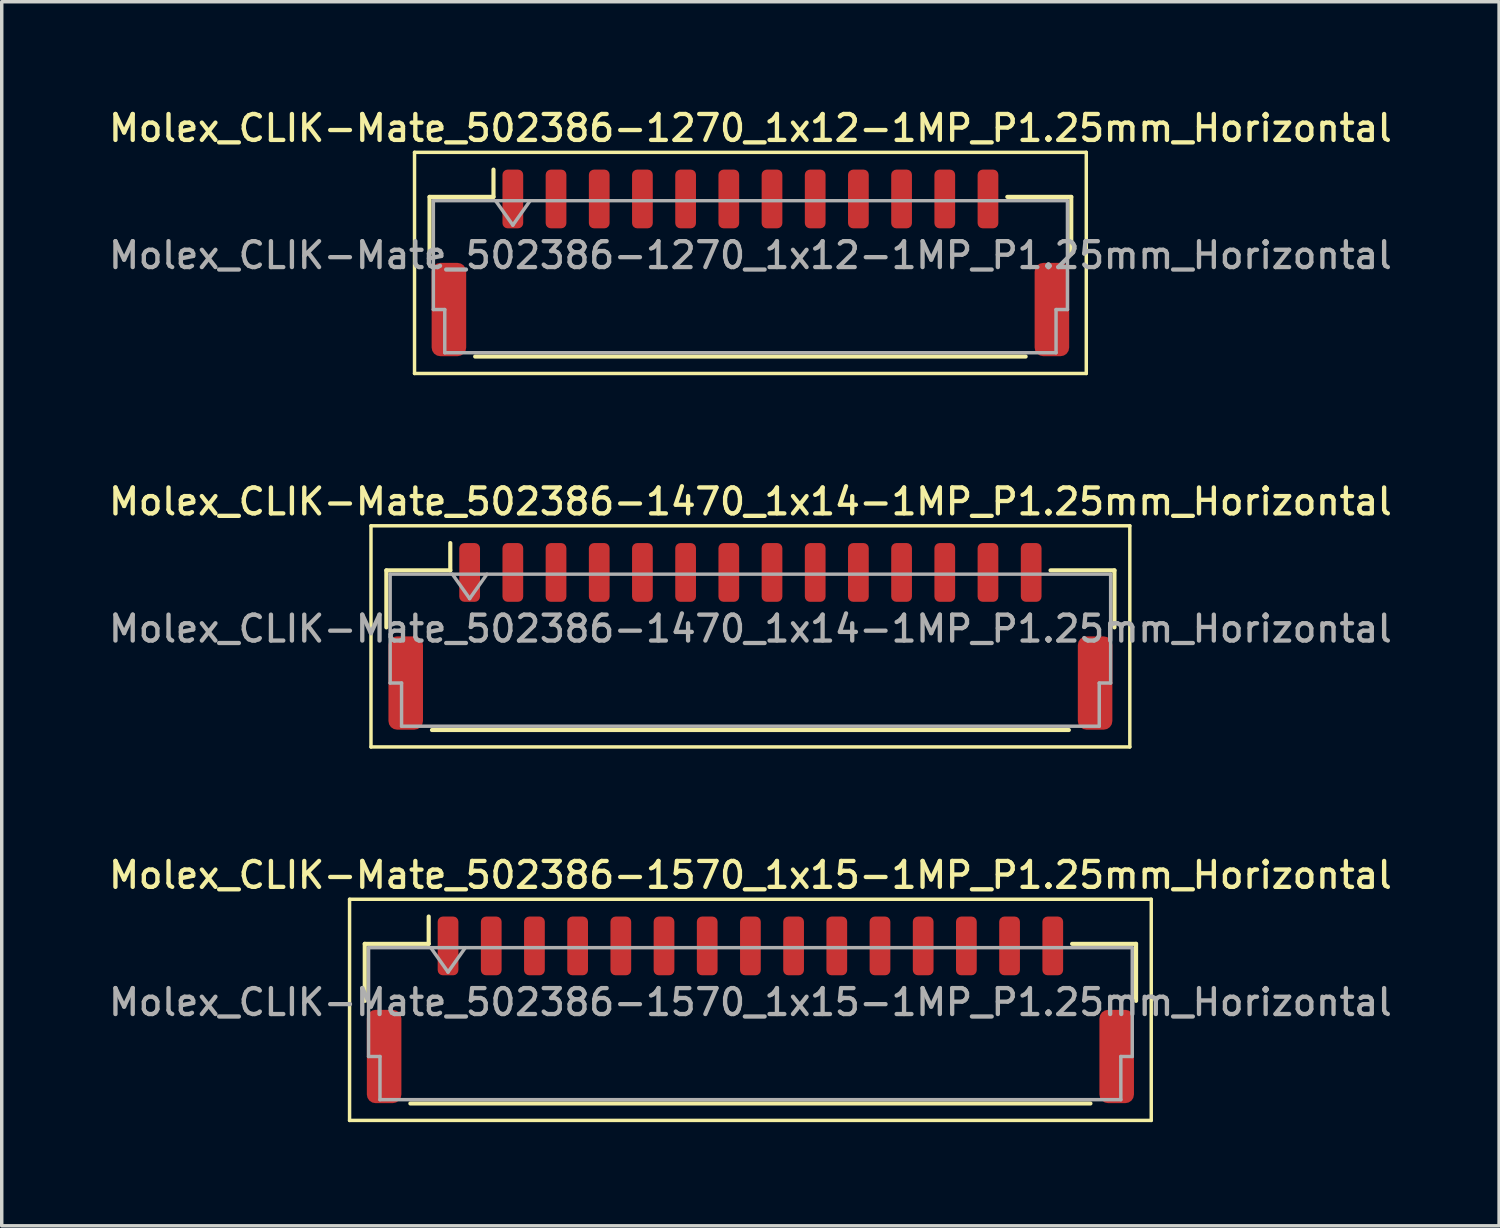
<source format=kicad_pcb>
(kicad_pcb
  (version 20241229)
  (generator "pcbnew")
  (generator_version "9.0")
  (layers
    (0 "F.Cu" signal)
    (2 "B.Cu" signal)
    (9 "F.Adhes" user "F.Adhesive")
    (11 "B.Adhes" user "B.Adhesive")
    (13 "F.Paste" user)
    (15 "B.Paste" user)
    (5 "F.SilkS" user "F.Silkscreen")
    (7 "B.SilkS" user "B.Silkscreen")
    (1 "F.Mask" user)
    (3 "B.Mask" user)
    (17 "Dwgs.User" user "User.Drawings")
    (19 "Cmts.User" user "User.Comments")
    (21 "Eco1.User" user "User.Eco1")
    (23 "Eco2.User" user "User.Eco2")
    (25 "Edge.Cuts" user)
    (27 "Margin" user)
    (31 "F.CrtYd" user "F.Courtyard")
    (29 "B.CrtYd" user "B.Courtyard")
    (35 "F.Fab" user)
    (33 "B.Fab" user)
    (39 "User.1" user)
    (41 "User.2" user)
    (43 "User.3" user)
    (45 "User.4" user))
  (footprint "Molex_CLIK-Mate_502386-1570_1x15-1MP_P1.25mm_Horizontal"
    (layer "F.Cu")
    (at 18.666 26.174)
    (property "Reference" "Molex_CLIK-Mate_502386-1570_1x15-1MP_P1.25mm_Horizontal" (at 0 -3.9 0) (layer "F.SilkS") (effects (font (size 0.75 0.75) (thickness 0.125))))
    (attr smd)
    (fp_line (start -11.6 -3.2) (end -11.6 3.2) (stroke (width 0.1) (type solid)) (layer "F.SilkS"))
    (fp_line (start -11.6 3.2) (end 11.6 3.2) (stroke (width 0.1) (type solid)) (layer "F.SilkS"))
    (fp_line (start -11.16 -1.91) (end -9.31 -1.91) (stroke (width 0.12) (type solid)) (layer "F.SilkS"))
    (fp_line (start -11.16 -0.26) (end -11.16 -1.91) (stroke (width 0.12) (type solid)) (layer "F.SilkS"))
    (fp_line (start -9.84 2.71) (end 9.84 2.71) (stroke (width 0.12) (type solid)) (layer "F.SilkS"))
    (fp_line (start -9.31 -1.91) (end -9.31 -2.7) (stroke (width 0.12) (type solid)) (layer "F.SilkS"))
    (fp_line (start 11.16 -1.91) (end 9.31 -1.91) (stroke (width 0.12) (type solid)) (layer "F.SilkS"))
    (fp_line (start 11.16 -0.26) (end 11.16 -1.91) (stroke (width 0.12) (type solid)) (layer "F.SilkS"))
    (fp_line (start 11.6 -3.2) (end -11.6 -3.2) (stroke (width 0.1) (type solid)) (layer "F.SilkS"))
    (fp_line (start 11.6 3.2) (end 11.6 -3.2) (stroke (width 0.1) (type solid)) (layer "F.SilkS"))
    (fp_line (start -11.05 -1.8) (end -11.05 1.35) (stroke (width 0.1) (type solid)) (layer "F.Fab"))
    (fp_line (start -11.05 -1.8) (end 11.05 -1.8) (stroke (width 0.1) (type solid)) (layer "F.Fab"))
    (fp_line (start -11.05 1.35) (end -10.72 1.35) (stroke (width 0.1) (type solid)) (layer "F.Fab"))
    (fp_line (start -10.72 1.35) (end -10.72 2.6) (stroke (width 0.1) (type solid)) (layer "F.Fab"))
    (fp_line (start -10.72 2.6) (end 10.72 2.6) (stroke (width 0.1) (type solid)) (layer "F.Fab"))
    (fp_line (start -9.25 -1.8) (end -8.75 -1.093) (stroke (width 0.1) (type solid)) (layer "F.Fab"))
    (fp_line (start -8.75 -1.093) (end -8.25 -1.8) (stroke (width 0.1) (type solid)) (layer "F.Fab"))
    (fp_line (start 10.72 1.35) (end 11.05 1.35) (stroke (width 0.1) (type solid)) (layer "F.Fab"))
    (fp_line (start 10.72 2.6) (end 10.72 1.35) (stroke (width 0.1) (type solid)) (layer "F.Fab"))
    (fp_line (start 11.05 -1.8) (end 11.05 1.35) (stroke (width 0.1) (type solid)) (layer "F.Fab"))
    (fp_text user "${REFERENCE}" (at 0 -0.22 0) (layer "F.Fab") (effects (font (size 0.75 0.75) (thickness 0.125))))
    (pad "1" smd roundrect (at -8.75 -1.85) (size 0.6 1.7) (layers "F.Cu" "F.Mask" "F.Paste") (roundrect_rratio 0.25))
    (pad "2" smd roundrect (at -7.5 -1.85) (size 0.6 1.7) (layers "F.Cu" "F.Mask" "F.Paste") (roundrect_rratio 0.25))
    (pad "3" smd roundrect (at -6.25 -1.85) (size 0.6 1.7) (layers "F.Cu" "F.Mask" "F.Paste") (roundrect_rratio 0.25))
    (pad "4" smd roundrect (at -5 -1.85) (size 0.6 1.7) (layers "F.Cu" "F.Mask" "F.Paste") (roundrect_rratio 0.25))
    (pad "5" smd roundrect (at -3.75 -1.85) (size 0.6 1.7) (layers "F.Cu" "F.Mask" "F.Paste") (roundrect_rratio 0.25))
    (pad "6" smd roundrect (at -2.5 -1.85) (size 0.6 1.7) (layers "F.Cu" "F.Mask" "F.Paste") (roundrect_rratio 0.25))
    (pad "7" smd roundrect (at -1.25 -1.85) (size 0.6 1.7) (layers "F.Cu" "F.Mask" "F.Paste") (roundrect_rratio 0.25))
    (pad "8" smd roundrect (at 0 -1.85) (size 0.6 1.7) (layers "F.Cu" "F.Mask" "F.Paste") (roundrect_rratio 0.25))
    (pad "9" smd roundrect (at 1.25 -1.85) (size 0.6 1.7) (layers "F.Cu" "F.Mask" "F.Paste") (roundrect_rratio 0.25))
    (pad "10" smd roundrect (at 2.5 -1.85) (size 0.6 1.7) (layers "F.Cu" "F.Mask" "F.Paste") (roundrect_rratio 0.25))
    (pad "11" smd roundrect (at 3.75 -1.85) (size 0.6 1.7) (layers "F.Cu" "F.Mask" "F.Paste") (roundrect_rratio 0.25))
    (pad "12" smd roundrect (at 5 -1.85) (size 0.6 1.7) (layers "F.Cu" "F.Mask" "F.Paste") (roundrect_rratio 0.25))
    (pad "13" smd roundrect (at 6.25 -1.85) (size 0.6 1.7) (layers "F.Cu" "F.Mask" "F.Paste") (roundrect_rratio 0.25))
    (pad "14" smd roundrect (at 7.5 -1.85) (size 0.6 1.7) (layers "F.Cu" "F.Mask" "F.Paste") (roundrect_rratio 0.25))
    (pad "15" smd roundrect (at 8.75 -1.85) (size 0.6 1.7) (layers "F.Cu" "F.Mask" "F.Paste") (roundrect_rratio 0.25))
    (pad "MP" smd roundrect (at -10.6 1.35) (size 1 2.7) (layers "F.Cu" "F.Mask" "F.Paste") (roundrect_rratio 0.25))
    (pad "MP" smd roundrect (at 10.6 1.35) (size 1 2.7) (layers "F.Cu" "F.Mask" "F.Paste") (roundrect_rratio 0.25)))
  (footprint "Molex_CLIK-Mate_502386-1470_1x14-1MP_P1.25mm_Horizontal"
    (layer "F.Cu")
    (at 18.666 15.366)
    (property "Reference" "Molex_CLIK-Mate_502386-1470_1x14-1MP_P1.25mm_Horizontal" (at 0 -3.9 0) (layer "F.SilkS") (effects (font (size 0.75 0.75) (thickness 0.125))))
    (attr smd)
    (fp_line (start -10.98 -3.2) (end -10.98 3.2) (stroke (width 0.1) (type solid)) (layer "F.SilkS"))
    (fp_line (start -10.98 3.2) (end 10.98 3.2) (stroke (width 0.1) (type solid)) (layer "F.SilkS"))
    (fp_line (start -10.535 -1.91) (end -8.685 -1.91) (stroke (width 0.12) (type solid)) (layer "F.SilkS"))
    (fp_line (start -10.535 -0.26) (end -10.535 -1.91) (stroke (width 0.12) (type solid)) (layer "F.SilkS"))
    (fp_line (start -9.215 2.71) (end 9.215 2.71) (stroke (width 0.12) (type solid)) (layer "F.SilkS"))
    (fp_line (start -8.685 -1.91) (end -8.685 -2.7) (stroke (width 0.12) (type solid)) (layer "F.SilkS"))
    (fp_line (start 10.535 -1.91) (end 8.685 -1.91) (stroke (width 0.12) (type solid)) (layer "F.SilkS"))
    (fp_line (start 10.535 -0.26) (end 10.535 -1.91) (stroke (width 0.12) (type solid)) (layer "F.SilkS"))
    (fp_line (start 10.98 -3.2) (end -10.98 -3.2) (stroke (width 0.1) (type solid)) (layer "F.SilkS"))
    (fp_line (start 10.98 3.2) (end 10.98 -3.2) (stroke (width 0.1) (type solid)) (layer "F.SilkS"))
    (fp_line (start -10.425 -1.8) (end -10.425 1.35) (stroke (width 0.1) (type solid)) (layer "F.Fab"))
    (fp_line (start -10.425 -1.8) (end 10.425 -1.8) (stroke (width 0.1) (type solid)) (layer "F.Fab"))
    (fp_line (start -10.425 1.35) (end -10.095 1.35) (stroke (width 0.1) (type solid)) (layer "F.Fab"))
    (fp_line (start -10.095 1.35) (end -10.095 2.6) (stroke (width 0.1) (type solid)) (layer "F.Fab"))
    (fp_line (start -10.095 2.6) (end 10.095 2.6) (stroke (width 0.1) (type solid)) (layer "F.Fab"))
    (fp_line (start -8.625 -1.8) (end -8.125 -1.093) (stroke (width 0.1) (type solid)) (layer "F.Fab"))
    (fp_line (start -8.125 -1.093) (end -7.625 -1.8) (stroke (width 0.1) (type solid)) (layer "F.Fab"))
    (fp_line (start 10.095 1.35) (end 10.425 1.35) (stroke (width 0.1) (type solid)) (layer "F.Fab"))
    (fp_line (start 10.095 2.6) (end 10.095 1.35) (stroke (width 0.1) (type solid)) (layer "F.Fab"))
    (fp_line (start 10.425 -1.8) (end 10.425 1.35) (stroke (width 0.1) (type solid)) (layer "F.Fab"))
    (fp_text user "${REFERENCE}" (at 0 -0.22 0) (layer "F.Fab") (effects (font (size 0.75 0.75) (thickness 0.125))))
    (pad "1" smd roundrect (at -8.125 -1.85) (size 0.6 1.7) (layers "F.Cu" "F.Mask" "F.Paste") (roundrect_rratio 0.25))
    (pad "2" smd roundrect (at -6.875 -1.85) (size 0.6 1.7) (layers "F.Cu" "F.Mask" "F.Paste") (roundrect_rratio 0.25))
    (pad "3" smd roundrect (at -5.625 -1.85) (size 0.6 1.7) (layers "F.Cu" "F.Mask" "F.Paste") (roundrect_rratio 0.25))
    (pad "4" smd roundrect (at -4.375 -1.85) (size 0.6 1.7) (layers "F.Cu" "F.Mask" "F.Paste") (roundrect_rratio 0.25))
    (pad "5" smd roundrect (at -3.125 -1.85) (size 0.6 1.7) (layers "F.Cu" "F.Mask" "F.Paste") (roundrect_rratio 0.25))
    (pad "6" smd roundrect (at -1.875 -1.85) (size 0.6 1.7) (layers "F.Cu" "F.Mask" "F.Paste") (roundrect_rratio 0.25))
    (pad "7" smd roundrect (at -0.625 -1.85) (size 0.6 1.7) (layers "F.Cu" "F.Mask" "F.Paste") (roundrect_rratio 0.25))
    (pad "8" smd roundrect (at 0.625 -1.85) (size 0.6 1.7) (layers "F.Cu" "F.Mask" "F.Paste") (roundrect_rratio 0.25))
    (pad "9" smd roundrect (at 1.875 -1.85) (size 0.6 1.7) (layers "F.Cu" "F.Mask" "F.Paste") (roundrect_rratio 0.25))
    (pad "10" smd roundrect (at 3.125 -1.85) (size 0.6 1.7) (layers "F.Cu" "F.Mask" "F.Paste") (roundrect_rratio 0.25))
    (pad "11" smd roundrect (at 4.375 -1.85) (size 0.6 1.7) (layers "F.Cu" "F.Mask" "F.Paste") (roundrect_rratio 0.25))
    (pad "12" smd roundrect (at 5.625 -1.85) (size 0.6 1.7) (layers "F.Cu" "F.Mask" "F.Paste") (roundrect_rratio 0.25))
    (pad "13" smd roundrect (at 6.875 -1.85) (size 0.6 1.7) (layers "F.Cu" "F.Mask" "F.Paste") (roundrect_rratio 0.25))
    (pad "14" smd roundrect (at 8.125 -1.85) (size 0.6 1.7) (layers "F.Cu" "F.Mask" "F.Paste") (roundrect_rratio 0.25))
    (pad "MP" smd roundrect (at -9.975 1.35) (size 1 2.7) (layers "F.Cu" "F.Mask" "F.Paste") (roundrect_rratio 0.25))
    (pad "MP" smd roundrect (at 9.975 1.35) (size 1 2.7) (layers "F.Cu" "F.Mask" "F.Paste") (roundrect_rratio 0.25)))
  (footprint "Molex_CLIK-Mate_502386-1270_1x12-1MP_P1.25mm_Horizontal"
    (layer "F.Cu")
    (at 18.666 4.558)
    (property "Reference" "Molex_CLIK-Mate_502386-1270_1x12-1MP_P1.25mm_Horizontal" (at 0 -3.9 0) (layer "F.SilkS") (effects (font (size 0.75 0.75) (thickness 0.125))))
    (attr smd)
    (fp_line (start -9.72 -3.2) (end -9.72 3.2) (stroke (width 0.1) (type solid)) (layer "F.SilkS"))
    (fp_line (start -9.72 3.2) (end 9.72 3.2) (stroke (width 0.1) (type solid)) (layer "F.SilkS"))
    (fp_line (start -9.285 -1.91) (end -7.435 -1.91) (stroke (width 0.12) (type solid)) (layer "F.SilkS"))
    (fp_line (start -9.285 -0.26) (end -9.285 -1.91) (stroke (width 0.12) (type solid)) (layer "F.SilkS"))
    (fp_line (start -7.965 2.71) (end 7.965 2.71) (stroke (width 0.12) (type solid)) (layer "F.SilkS"))
    (fp_line (start -7.435 -1.91) (end -7.435 -2.7) (stroke (width 0.12) (type solid)) (layer "F.SilkS"))
    (fp_line (start 9.285 -1.91) (end 7.435 -1.91) (stroke (width 0.12) (type solid)) (layer "F.SilkS"))
    (fp_line (start 9.285 -0.26) (end 9.285 -1.91) (stroke (width 0.12) (type solid)) (layer "F.SilkS"))
    (fp_line (start 9.72 -3.2) (end -9.72 -3.2) (stroke (width 0.1) (type solid)) (layer "F.SilkS"))
    (fp_line (start 9.72 3.2) (end 9.72 -3.2) (stroke (width 0.1) (type solid)) (layer "F.SilkS"))
    (fp_line (start -9.175 -1.8) (end -9.175 1.35) (stroke (width 0.1) (type solid)) (layer "F.Fab"))
    (fp_line (start -9.175 -1.8) (end 9.175 -1.8) (stroke (width 0.1) (type solid)) (layer "F.Fab"))
    (fp_line (start -9.175 1.35) (end -8.845 1.35) (stroke (width 0.1) (type solid)) (layer "F.Fab"))
    (fp_line (start -8.845 1.35) (end -8.845 2.6) (stroke (width 0.1) (type solid)) (layer "F.Fab"))
    (fp_line (start -8.845 2.6) (end 8.845 2.6) (stroke (width 0.1) (type solid)) (layer "F.Fab"))
    (fp_line (start -7.375 -1.8) (end -6.875 -1.093) (stroke (width 0.1) (type solid)) (layer "F.Fab"))
    (fp_line (start -6.875 -1.093) (end -6.375 -1.8) (stroke (width 0.1) (type solid)) (layer "F.Fab"))
    (fp_line (start 8.845 1.35) (end 9.175 1.35) (stroke (width 0.1) (type solid)) (layer "F.Fab"))
    (fp_line (start 8.845 2.6) (end 8.845 1.35) (stroke (width 0.1) (type solid)) (layer "F.Fab"))
    (fp_line (start 9.175 -1.8) (end 9.175 1.35) (stroke (width 0.1) (type solid)) (layer "F.Fab"))
    (fp_text user "${REFERENCE}" (at 0 -0.22 0) (layer "F.Fab") (effects (font (size 0.75 0.75) (thickness 0.125))))
    (pad "1" smd roundrect (at -6.875 -1.85) (size 0.6 1.7) (layers "F.Cu" "F.Mask" "F.Paste") (roundrect_rratio 0.25))
    (pad "2" smd roundrect (at -5.625 -1.85) (size 0.6 1.7) (layers "F.Cu" "F.Mask" "F.Paste") (roundrect_rratio 0.25))
    (pad "3" smd roundrect (at -4.375 -1.85) (size 0.6 1.7) (layers "F.Cu" "F.Mask" "F.Paste") (roundrect_rratio 0.25))
    (pad "4" smd roundrect (at -3.125 -1.85) (size 0.6 1.7) (layers "F.Cu" "F.Mask" "F.Paste") (roundrect_rratio 0.25))
    (pad "5" smd roundrect (at -1.875 -1.85) (size 0.6 1.7) (layers "F.Cu" "F.Mask" "F.Paste") (roundrect_rratio 0.25))
    (pad "6" smd roundrect (at -0.625 -1.85) (size 0.6 1.7) (layers "F.Cu" "F.Mask" "F.Paste") (roundrect_rratio 0.25))
    (pad "7" smd roundrect (at 0.625 -1.85) (size 0.6 1.7) (layers "F.Cu" "F.Mask" "F.Paste") (roundrect_rratio 0.25))
    (pad "8" smd roundrect (at 1.875 -1.85) (size 0.6 1.7) (layers "F.Cu" "F.Mask" "F.Paste") (roundrect_rratio 0.25))
    (pad "9" smd roundrect (at 3.125 -1.85) (size 0.6 1.7) (layers "F.Cu" "F.Mask" "F.Paste") (roundrect_rratio 0.25))
    (pad "10" smd roundrect (at 4.375 -1.85) (size 0.6 1.7) (layers "F.Cu" "F.Mask" "F.Paste") (roundrect_rratio 0.25))
    (pad "11" smd roundrect (at 5.625 -1.85) (size 0.6 1.7) (layers "F.Cu" "F.Mask" "F.Paste") (roundrect_rratio 0.25))
    (pad "12" smd roundrect (at 6.875 -1.85) (size 0.6 1.7) (layers "F.Cu" "F.Mask" "F.Paste") (roundrect_rratio 0.25))
    (pad "MP" smd roundrect (at -8.725 1.35) (size 1 2.7) (layers "F.Cu" "F.Mask" "F.Paste") (roundrect_rratio 0.25))
    (pad "MP" smd roundrect (at 8.725 1.35) (size 1 2.7) (layers "F.Cu" "F.Mask" "F.Paste") (roundrect_rratio 0.25)))
  (gr_rect
    (start -3 -3)
    (end 40.332 32.424)
    (stroke (width 0.1) (type default))
    (fill no)
    (layer "Edge.Cuts")))
</source>
